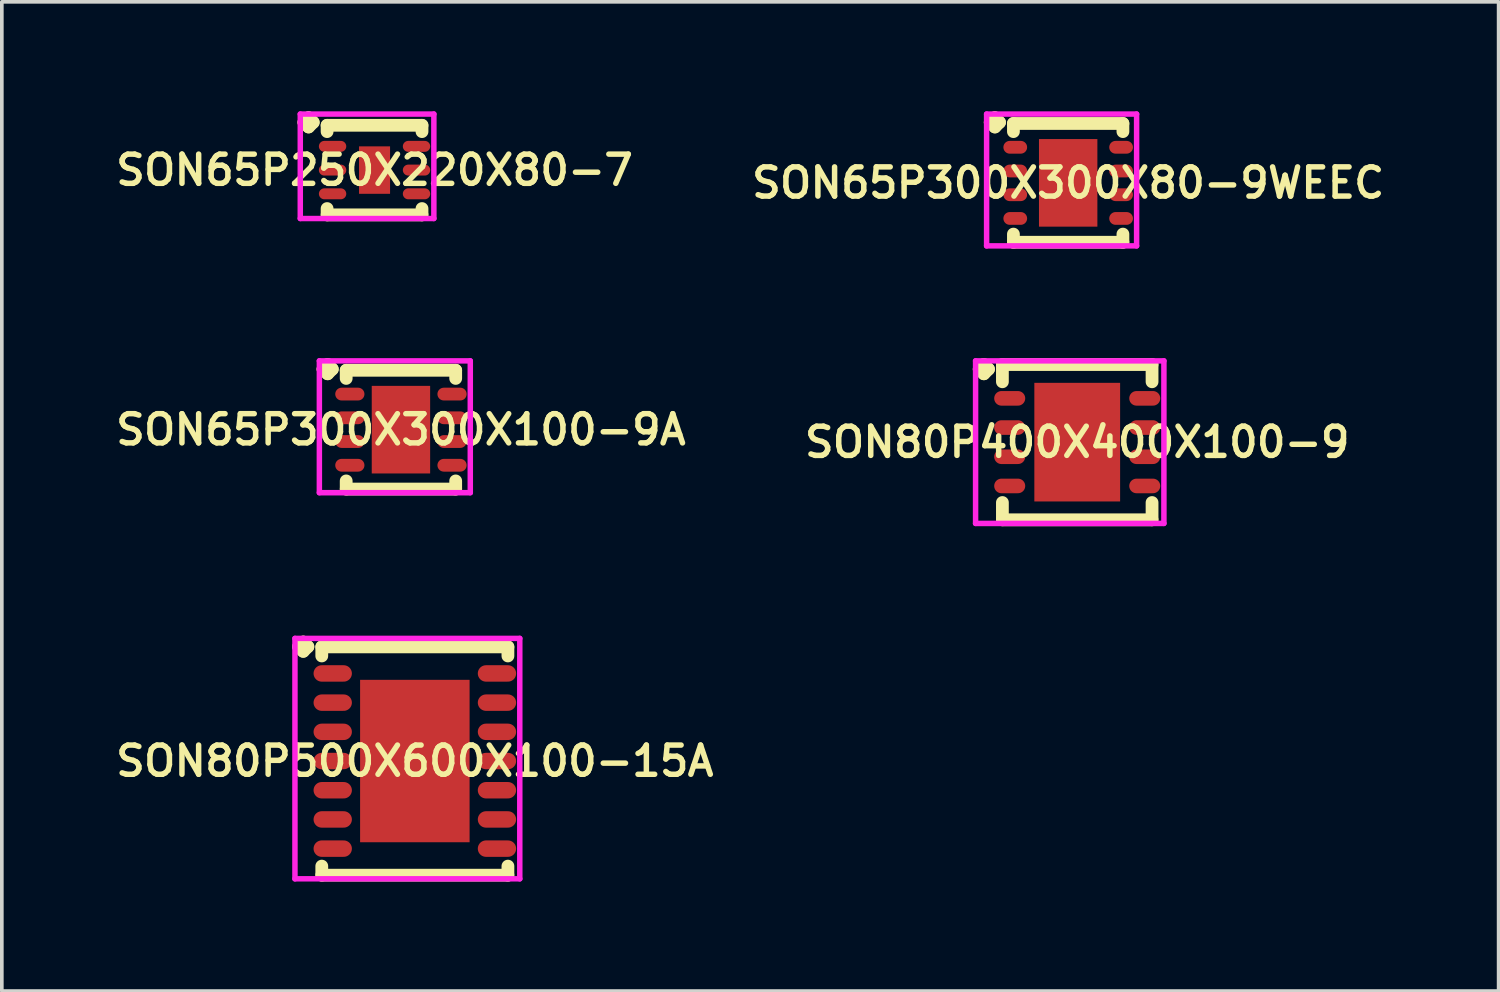
<source format=kicad_pcb>
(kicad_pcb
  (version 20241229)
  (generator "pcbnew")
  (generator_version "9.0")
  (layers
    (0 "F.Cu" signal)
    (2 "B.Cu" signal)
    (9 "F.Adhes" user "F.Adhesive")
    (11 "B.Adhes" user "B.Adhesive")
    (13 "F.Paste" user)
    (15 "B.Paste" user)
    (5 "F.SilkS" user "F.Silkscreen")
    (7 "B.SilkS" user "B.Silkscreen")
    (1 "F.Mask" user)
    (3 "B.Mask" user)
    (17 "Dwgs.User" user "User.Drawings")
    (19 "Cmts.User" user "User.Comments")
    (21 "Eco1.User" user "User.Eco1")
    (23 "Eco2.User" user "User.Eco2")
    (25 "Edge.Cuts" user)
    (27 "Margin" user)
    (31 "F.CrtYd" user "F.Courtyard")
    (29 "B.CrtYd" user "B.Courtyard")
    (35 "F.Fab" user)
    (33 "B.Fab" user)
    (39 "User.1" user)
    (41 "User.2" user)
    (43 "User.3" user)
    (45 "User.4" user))
  (footprint "SON65P300X300X80-9WEEC"
    (layer "F.Cu")
    (at 26.216 1.96)
    (property "Reference" "SON65P300X300X80-9WEEC" (at 0 0 0) (layer "F.SilkS") (effects (font (size 0.8 0.8) (thickness 0.15))))
    (attr smd)
    (fp_line (start -2.135 -1.658) (end -2.008 -1.785) (stroke (width 0.35) (type solid)) (layer "F.SilkS"))
    (fp_line (start -2.008 -1.785) (end -1.881 -1.658) (stroke (width 0.35) (type solid)) (layer "F.SilkS"))
    (fp_line (start -2.008 -1.531) (end -2.135 -1.658) (stroke (width 0.35) (type solid)) (layer "F.SilkS"))
    (fp_line (start -1.881 -1.658) (end -2.008 -1.531) (stroke (width 0.35) (type solid)) (layer "F.SilkS"))
    (fp_line (start -1.5 -1.627) (end 1.5 -1.627) (stroke (width 0.35) (type solid)) (layer "F.SilkS"))
    (fp_line (start -1.5 -1.404) (end -1.5 -1.627) (stroke (width 0.35) (type solid)) (layer "F.SilkS"))
    (fp_line (start -1.5 1.404) (end -1.5 1.627) (stroke (width 0.35) (type solid)) (layer "F.SilkS"))
    (fp_line (start -1.5 1.627) (end 1.5 1.627) (stroke (width 0.35) (type solid)) (layer "F.SilkS"))
    (fp_line (start 1.5 -1.627) (end 1.5 -1.404) (stroke (width 0.35) (type solid)) (layer "F.SilkS"))
    (fp_line (start 1.5 1.627) (end 1.5 1.404) (stroke (width 0.35) (type solid)) (layer "F.SilkS"))
    (fp_line (start -2.235 -1.885) (end 1.875 -1.885) (stroke (width 0.15) (type solid)) (layer "F.CrtYd"))
    (fp_line (start -2.235 1.727) (end -2.235 -1.885) (stroke (width 0.15) (type solid)) (layer "F.CrtYd"))
    (fp_line (start 1.875 -1.885) (end 1.875 1.727) (stroke (width 0.15) (type solid)) (layer "F.CrtYd"))
    (fp_line (start 1.875 1.727) (end -2.235 1.727) (stroke (width 0.15) (type solid)) (layer "F.CrtYd"))
    (pad "1" smd oval (at -1.45 -0.975) (size 0.65 0.35) (layers "F.Cu" "F.Mask" "F.Paste"))
    (pad "2" smd oval (at -1.45 -0.325) (size 0.65 0.35) (layers "F.Cu" "F.Mask" "F.Paste"))
    (pad "3" smd oval (at -1.45 0.325) (size 0.65 0.35) (layers "F.Cu" "F.Mask" "F.Paste"))
    (pad "4" smd oval (at -1.45 0.975) (size 0.65 0.35) (layers "F.Cu" "F.Mask" "F.Paste"))
    (pad "5" smd oval (at 1.45 0.975) (size 0.65 0.35) (layers "F.Cu" "F.Mask" "F.Paste"))
    (pad "6" smd oval (at 1.45 0.325) (size 0.65 0.35) (layers "F.Cu" "F.Mask" "F.Paste"))
    (pad "7" smd oval (at 1.45 -0.325) (size 0.65 0.35) (layers "F.Cu" "F.Mask" "F.Paste"))
    (pad "8" smd oval (at 1.45 -0.975) (size 0.65 0.35) (layers "F.Cu" "F.Mask" "F.Paste"))
    (pad "9" smd rect (at 0 0) (size 1.6 2.4) (layers "F.Cu" "F.Mask" "F.Paste")))
  (footprint "SON80P500X600X100-15A"
    (layer "F.Cu")
    (at 8.316 17.801)
    (property "Reference" "SON80P500X600X100-15A" (at 0 0 0) (layer "F.SilkS") (effects (font (size 0.8 0.8) (thickness 0.15))))
    (attr smd)
    (fp_line (start -3.185 -3.133) (end -3.058 -3.26) (stroke (width 0.35) (type solid)) (layer "F.SilkS"))
    (fp_line (start -3.058 -3.26) (end -2.931 -3.133) (stroke (width 0.35) (type solid)) (layer "F.SilkS"))
    (fp_line (start -3.058 -3.006) (end -3.185 -3.133) (stroke (width 0.35) (type solid)) (layer "F.SilkS"))
    (fp_line (start -2.931 -3.133) (end -3.058 -3.006) (stroke (width 0.35) (type solid)) (layer "F.SilkS"))
    (fp_line (start -2.55 -3.127) (end 2.55 -3.127) (stroke (width 0.35) (type solid)) (layer "F.SilkS"))
    (fp_line (start -2.55 -2.879) (end -2.55 -3.127) (stroke (width 0.35) (type solid)) (layer "F.SilkS"))
    (fp_line (start -2.55 2.879) (end -2.55 3.127) (stroke (width 0.35) (type solid)) (layer "F.SilkS"))
    (fp_line (start -2.55 3.127) (end 2.55 3.127) (stroke (width 0.35) (type solid)) (layer "F.SilkS"))
    (fp_line (start 2.55 -3.127) (end 2.55 -2.879) (stroke (width 0.35) (type solid)) (layer "F.SilkS"))
    (fp_line (start 2.55 3.127) (end 2.55 2.879) (stroke (width 0.35) (type solid)) (layer "F.SilkS"))
    (fp_line (start -3.285 -3.36) (end 2.875 -3.36) (stroke (width 0.15) (type solid)) (layer "F.CrtYd"))
    (fp_line (start -3.285 3.227) (end -3.285 -3.36) (stroke (width 0.15) (type solid)) (layer "F.CrtYd"))
    (fp_line (start 2.875 -3.36) (end 2.875 3.227) (stroke (width 0.15) (type solid)) (layer "F.CrtYd"))
    (fp_line (start 2.875 3.227) (end -3.285 3.227) (stroke (width 0.15) (type solid)) (layer "F.CrtYd"))
    (pad "1" smd oval (at -2.25 -2.4) (size 1.05 0.45) (layers "F.Cu" "F.Mask" "F.Paste"))
    (pad "2" smd oval (at -2.25 -1.6) (size 1.05 0.45) (layers "F.Cu" "F.Mask" "F.Paste"))
    (pad "3" smd oval (at -2.25 -0.8) (size 1.05 0.45) (layers "F.Cu" "F.Mask" "F.Paste"))
    (pad "4" smd oval (at -2.25 0) (size 1.05 0.45) (layers "F.Cu" "F.Mask" "F.Paste"))
    (pad "5" smd oval (at -2.25 0.8) (size 1.05 0.45) (layers "F.Cu" "F.Mask" "F.Paste"))
    (pad "6" smd oval (at -2.25 1.6) (size 1.05 0.45) (layers "F.Cu" "F.Mask" "F.Paste"))
    (pad "7" smd oval (at -2.25 2.4) (size 1.05 0.45) (layers "F.Cu" "F.Mask" "F.Paste"))
    (pad "8" smd oval (at 2.25 2.4) (size 1.05 0.45) (layers "F.Cu" "F.Mask" "F.Paste"))
    (pad "9" smd oval (at 2.25 1.6) (size 1.05 0.45) (layers "F.Cu" "F.Mask" "F.Paste"))
    (pad "10" smd oval (at 2.25 0.8) (size 1.05 0.45) (layers "F.Cu" "F.Mask" "F.Paste"))
    (pad "11" smd oval (at 2.25 0) (size 1.05 0.45) (layers "F.Cu" "F.Mask" "F.Paste"))
    (pad "12" smd oval (at 2.25 -0.8) (size 1.05 0.45) (layers "F.Cu" "F.Mask" "F.Paste"))
    (pad "13" smd oval (at 2.25 -1.6) (size 1.05 0.45) (layers "F.Cu" "F.Mask" "F.Paste"))
    (pad "14" smd oval (at 2.25 -2.4) (size 1.05 0.45) (layers "F.Cu" "F.Mask" "F.Paste"))
    (pad "15" smd rect (at 0 0) (size 3 4.45) (layers "F.Cu" "F.Mask" "F.Paste")))
  (footprint "SON80P400X400X100-9"
    (layer "F.Cu")
    (at 26.464 9.064)
    (property "Reference" "SON80P400X400X100-9" (at 0 0 0) (layer "F.SilkS") (effects (font (size 0.8 0.8) (thickness 0.15))))
    (attr smd)
    (fp_line (start -2.685 -2) (end -2.558 -2.127) (stroke (width 0.35) (type solid)) (layer "F.SilkS"))
    (fp_line (start -2.558 -2.127) (end -2.431 -2) (stroke (width 0.35) (type solid)) (layer "F.SilkS"))
    (fp_line (start -2.558 -1.873) (end -2.685 -2) (stroke (width 0.35) (type solid)) (layer "F.SilkS"))
    (fp_line (start -2.431 -2) (end -2.558 -1.873) (stroke (width 0.35) (type solid)) (layer "F.SilkS"))
    (fp_line (start -2.05 -2.127) (end 2.05 -2.127) (stroke (width 0.35) (type solid)) (layer "F.SilkS"))
    (fp_line (start -2.05 -1.654) (end -2.05 -2.127) (stroke (width 0.35) (type solid)) (layer "F.SilkS"))
    (fp_line (start -2.05 1.654) (end -2.05 2.127) (stroke (width 0.35) (type solid)) (layer "F.SilkS"))
    (fp_line (start -2.05 2.127) (end 2.05 2.127) (stroke (width 0.35) (type solid)) (layer "F.SilkS"))
    (fp_line (start 2.05 -2.127) (end 2.05 -1.654) (stroke (width 0.35) (type solid)) (layer "F.SilkS"))
    (fp_line (start 2.05 2.127) (end 2.05 1.654) (stroke (width 0.35) (type solid)) (layer "F.SilkS"))
    (fp_line (start -2.785 -2.227) (end 2.375 -2.227) (stroke (width 0.15) (type solid)) (layer "F.CrtYd"))
    (fp_line (start -2.785 2.227) (end -2.785 -2.227) (stroke (width 0.15) (type solid)) (layer "F.CrtYd"))
    (fp_line (start 2.375 -2.227) (end 2.375 2.227) (stroke (width 0.15) (type solid)) (layer "F.CrtYd"))
    (fp_line (start 2.375 2.227) (end -2.785 2.227) (stroke (width 0.15) (type solid)) (layer "F.CrtYd"))
    (pad "1" smd oval (at -1.85 -1.2) (size 0.85 0.4) (layers "F.Cu" "F.Mask" "F.Paste"))
    (pad "2" smd oval (at -1.85 -0.4) (size 0.85 0.4) (layers "F.Cu" "F.Mask" "F.Paste"))
    (pad "3" smd oval (at -1.85 0.4) (size 0.85 0.4) (layers "F.Cu" "F.Mask" "F.Paste"))
    (pad "4" smd oval (at -1.85 1.2) (size 0.85 0.4) (layers "F.Cu" "F.Mask" "F.Paste"))
    (pad "5" smd oval (at 1.85 1.2) (size 0.85 0.4) (layers "F.Cu" "F.Mask" "F.Paste"))
    (pad "6" smd oval (at 1.85 0.4) (size 0.85 0.4) (layers "F.Cu" "F.Mask" "F.Paste"))
    (pad "7" smd oval (at 1.85 -0.4) (size 0.85 0.4) (layers "F.Cu" "F.Mask" "F.Paste"))
    (pad "8" smd oval (at 1.85 -1.2) (size 0.85 0.4) (layers "F.Cu" "F.Mask" "F.Paste"))
    (pad "9" smd rect (at 0 0) (size 2.35 3.25) (layers "F.Cu" "F.Mask" "F.Paste")))
  (footprint "SON65P250X220X80-7"
    (layer "F.Cu")
    (at 7.212 1.61)
    (property "Reference" "SON65P250X220X80-7" (at 0 0 0) (layer "F.SilkS") (effects (font (size 0.8 0.8) (thickness 0.15))))
    (attr smd)
    (fp_line (start -1.935 -1.308) (end -1.808 -1.435) (stroke (width 0.35) (type solid)) (layer "F.SilkS"))
    (fp_line (start -1.808 -1.435) (end -1.681 -1.308) (stroke (width 0.35) (type solid)) (layer "F.SilkS"))
    (fp_line (start -1.808 -1.181) (end -1.935 -1.308) (stroke (width 0.35) (type solid)) (layer "F.SilkS"))
    (fp_line (start -1.681 -1.308) (end -1.808 -1.181) (stroke (width 0.35) (type solid)) (layer "F.SilkS"))
    (fp_line (start -1.3 -1.227) (end 1.3 -1.227) (stroke (width 0.35) (type solid)) (layer "F.SilkS"))
    (fp_line (start -1.3 -1.054) (end -1.3 -1.227) (stroke (width 0.35) (type solid)) (layer "F.SilkS"))
    (fp_line (start -1.3 1.054) (end -1.3 1.227) (stroke (width 0.35) (type solid)) (layer "F.SilkS"))
    (fp_line (start -1.3 1.227) (end 1.3 1.227) (stroke (width 0.35) (type solid)) (layer "F.SilkS"))
    (fp_line (start 1.3 -1.227) (end 1.3 -1.054) (stroke (width 0.35) (type solid)) (layer "F.SilkS"))
    (fp_line (start 1.3 1.227) (end 1.3 1.054) (stroke (width 0.35) (type solid)) (layer "F.SilkS"))
    (fp_line (start -2.035 -1.535) (end 1.625 -1.535) (stroke (width 0.15) (type solid)) (layer "F.CrtYd"))
    (fp_line (start -2.035 1.327) (end -2.035 -1.535) (stroke (width 0.15) (type solid)) (layer "F.CrtYd"))
    (fp_line (start 1.625 -1.535) (end 1.625 1.327) (stroke (width 0.15) (type solid)) (layer "F.CrtYd"))
    (fp_line (start 1.625 1.327) (end -2.035 1.327) (stroke (width 0.15) (type solid)) (layer "F.CrtYd"))
    (pad "1" smd oval (at -1.15 -0.65) (size 0.75 0.3) (layers "F.Cu" "F.Mask" "F.Paste"))
    (pad "2" smd oval (at -1.15 0) (size 0.75 0.3) (layers "F.Cu" "F.Mask" "F.Paste"))
    (pad "3" smd oval (at -1.15 0.65) (size 0.75 0.3) (layers "F.Cu" "F.Mask" "F.Paste"))
    (pad "4" smd oval (at 1.15 0.65) (size 0.75 0.3) (layers "F.Cu" "F.Mask" "F.Paste"))
    (pad "5" smd oval (at 1.15 0) (size 0.75 0.3) (layers "F.Cu" "F.Mask" "F.Paste"))
    (pad "6" smd oval (at 1.15 -0.65) (size 0.75 0.3) (layers "F.Cu" "F.Mask" "F.Paste"))
    (pad "7" smd rect (at 0 0) (size 0.85 1.3) (layers "F.Cu" "F.Mask" "F.Paste")))
  (footprint "SON65P300X300X100-9A"
    (layer "F.Cu")
    (at 7.935 8.722)
    (property "Reference" "SON65P300X300X100-9A" (at 0 0 0) (layer "F.SilkS") (effects (font (size 0.8 0.8) (thickness 0.15))))
    (attr smd)
    (fp_line (start -2.135 -1.658) (end -2.008 -1.785) (stroke (width 0.35) (type solid)) (layer "F.SilkS"))
    (fp_line (start -2.008 -1.785) (end -1.881 -1.658) (stroke (width 0.35) (type solid)) (layer "F.SilkS"))
    (fp_line (start -2.008 -1.531) (end -2.135 -1.658) (stroke (width 0.35) (type solid)) (layer "F.SilkS"))
    (fp_line (start -1.881 -1.658) (end -2.008 -1.531) (stroke (width 0.35) (type solid)) (layer "F.SilkS"))
    (fp_line (start -1.5 -1.627) (end 1.5 -1.627) (stroke (width 0.35) (type solid)) (layer "F.SilkS"))
    (fp_line (start -1.5 -1.404) (end -1.5 -1.627) (stroke (width 0.35) (type solid)) (layer "F.SilkS"))
    (fp_line (start -1.5 1.404) (end -1.5 1.627) (stroke (width 0.35) (type solid)) (layer "F.SilkS"))
    (fp_line (start -1.5 1.627) (end 1.5 1.627) (stroke (width 0.35) (type solid)) (layer "F.SilkS"))
    (fp_line (start 1.5 -1.627) (end 1.5 -1.404) (stroke (width 0.35) (type solid)) (layer "F.SilkS"))
    (fp_line (start 1.5 1.627) (end 1.5 1.404) (stroke (width 0.35) (type solid)) (layer "F.SilkS"))
    (fp_line (start -2.235 -1.885) (end 1.9 -1.885) (stroke (width 0.15) (type solid)) (layer "F.CrtYd"))
    (fp_line (start -2.235 1.727) (end -2.235 -1.885) (stroke (width 0.15) (type solid)) (layer "F.CrtYd"))
    (fp_line (start 1.9 -1.885) (end 1.9 1.727) (stroke (width 0.15) (type solid)) (layer "F.CrtYd"))
    (fp_line (start 1.9 1.727) (end -2.235 1.727) (stroke (width 0.15) (type solid)) (layer "F.CrtYd"))
    (pad "1" smd oval (at -1.4 -0.975) (size 0.8 0.35) (layers "F.Cu" "F.Mask" "F.Paste"))
    (pad "2" smd oval (at -1.4 -0.325) (size 0.8 0.35) (layers "F.Cu" "F.Mask" "F.Paste"))
    (pad "3" smd oval (at -1.4 0.325) (size 0.8 0.35) (layers "F.Cu" "F.Mask" "F.Paste"))
    (pad "4" smd oval (at -1.4 0.975) (size 0.8 0.35) (layers "F.Cu" "F.Mask" "F.Paste"))
    (pad "5" smd oval (at 1.4 0.975) (size 0.8 0.35) (layers "F.Cu" "F.Mask" "F.Paste"))
    (pad "6" smd oval (at 1.4 0.325) (size 0.8 0.35) (layers "F.Cu" "F.Mask" "F.Paste"))
    (pad "7" smd oval (at 1.4 -0.325) (size 0.8 0.35) (layers "F.Cu" "F.Mask" "F.Paste"))
    (pad "8" smd oval (at 1.4 -0.975) (size 0.8 0.35) (layers "F.Cu" "F.Mask" "F.Paste"))
    (pad "9" smd rect (at 0 0) (size 1.6 2.4) (layers "F.Cu" "F.Mask" "F.Paste")))
  (gr_rect
    (start -3 -3)
    (end 38.009 24.103)
    (stroke (width 0.1) (type default))
    (fill no)
    (layer "Edge.Cuts")))
</source>
